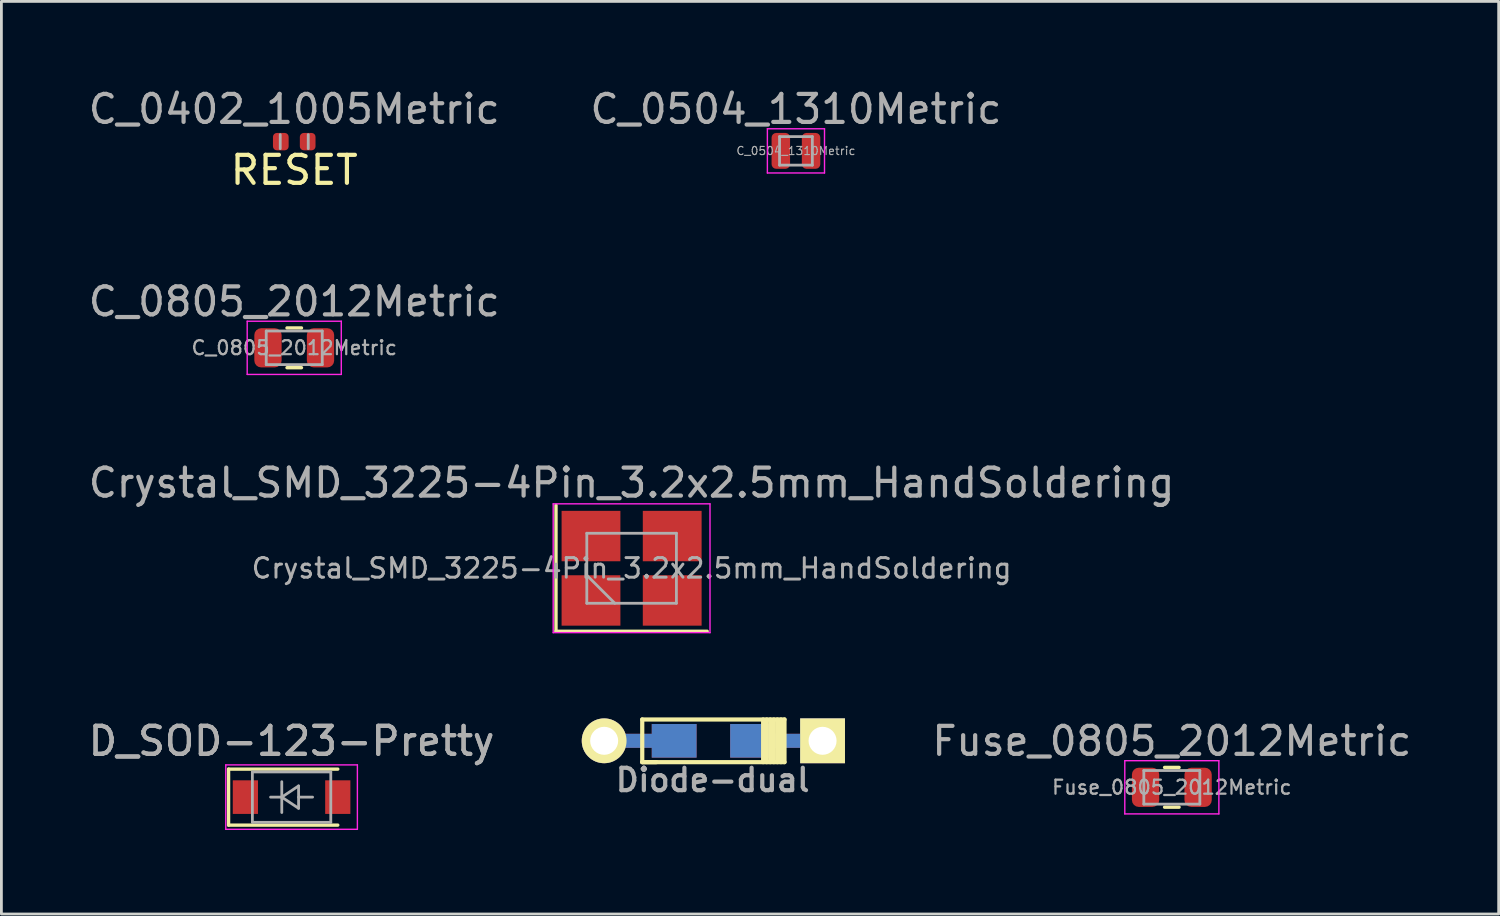
<source format=kicad_pcb>
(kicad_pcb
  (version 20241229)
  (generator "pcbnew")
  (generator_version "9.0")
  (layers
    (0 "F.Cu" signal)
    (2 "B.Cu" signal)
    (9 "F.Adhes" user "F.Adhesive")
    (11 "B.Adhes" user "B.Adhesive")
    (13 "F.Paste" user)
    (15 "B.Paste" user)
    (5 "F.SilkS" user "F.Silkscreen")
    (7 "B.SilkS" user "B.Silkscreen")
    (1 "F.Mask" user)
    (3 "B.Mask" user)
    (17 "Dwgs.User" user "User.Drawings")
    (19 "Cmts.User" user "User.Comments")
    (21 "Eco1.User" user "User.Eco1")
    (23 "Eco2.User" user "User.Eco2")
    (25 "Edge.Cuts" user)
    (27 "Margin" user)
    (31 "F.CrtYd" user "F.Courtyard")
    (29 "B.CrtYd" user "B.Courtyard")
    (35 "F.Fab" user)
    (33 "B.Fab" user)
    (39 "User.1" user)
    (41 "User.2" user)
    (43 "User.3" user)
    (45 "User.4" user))
  (footprint "Crystal_SMD_3225-4Pin_3.2x2.5mm_HandSoldering"
    (layer "F.Cu")
    (at 19.506 17.244)
    (property "Reference" "Crystal_SMD_3225-4Pin_3.2x2.5mm_HandSoldering" (at 0 -3.05 0) (layer "F.Fab") (effects (font (size 1 1) (thickness 0.15))))
    (attr smd)
    (fp_line (start -2.7 -2.25) (end -2.7 2.25) (stroke (width 0.12) (type solid)) (layer "F.SilkS"))
    (fp_line (start -2.7 2.25) (end 2.7 2.25) (stroke (width 0.12) (type solid)) (layer "F.SilkS"))
    (fp_line (start -2.8 -2.3) (end -2.8 2.3) (stroke (width 0.05) (type solid)) (layer "F.CrtYd"))
    (fp_line (start -2.8 2.3) (end 2.8 2.3) (stroke (width 0.05) (type solid)) (layer "F.CrtYd"))
    (fp_line (start 2.8 -2.3) (end -2.8 -2.3) (stroke (width 0.05) (type solid)) (layer "F.CrtYd"))
    (fp_line (start 2.8 2.3) (end 2.8 -2.3) (stroke (width 0.05) (type solid)) (layer "F.CrtYd"))
    (fp_line (start -1.6 -1.25) (end -1.6 1.25) (stroke (width 0.1) (type solid)) (layer "F.Fab"))
    (fp_line (start -1.6 0.25) (end -0.6 1.25) (stroke (width 0.1) (type solid)) (layer "F.Fab"))
    (fp_line (start -1.6 1.25) (end 1.6 1.25) (stroke (width 0.1) (type solid)) (layer "F.Fab"))
    (fp_line (start 1.6 -1.25) (end -1.6 -1.25) (stroke (width 0.1) (type solid)) (layer "F.Fab"))
    (fp_line (start 1.6 1.25) (end 1.6 -1.25) (stroke (width 0.1) (type solid)) (layer "F.Fab"))
    (fp_text user "${REFERENCE}" (at 0 0 0) (layer "F.Fab") (effects (font (size 0.7 0.7) (thickness 0.105))))
    (pad "1" smd rect (at -1.45 1.15) (size 2.1 1.8) (layers "F.Cu" "F.Mask" "F.Paste"))
    (pad "2" smd rect (at 1.45 1.15) (size 2.1 1.8) (layers "F.Cu" "F.Mask" "F.Paste"))
    (pad "3" smd rect (at 1.45 -1.15) (size 2.1 1.8) (layers "F.Cu" "F.Mask" "F.Paste"))
    (pad "4" smd rect (at -1.45 -1.15) (size 2.1 1.8) (layers "F.Cu" "F.Mask" "F.Paste")))
  (footprint "Diode-dual"
    (layer "F.Cu")
    (at 22.426 23.406)
    (property "Reference" "Diode-dual" (at -0.025 1.4 0) (layer "F.Fab") (effects (font (size 0.8 0.8) (thickness 0.15))))
    (attr smd)
    (fp_line (start -2.54 -0.762) (end -2.54 0.762) (stroke (width 0.15) (type solid)) (layer "F.SilkS"))
    (fp_line (start -2.54 0.762) (end -2.032 0.762) (stroke (width 0.15) (type solid)) (layer "F.SilkS"))
    (fp_line (start -2.54 0.762) (end 2.54 0.762) (stroke (width 0.15) (type solid)) (layer "F.SilkS"))
    (fp_line (start 1.778 0.762) (end 1.778 -0.762) (stroke (width 0.15) (type solid)) (layer "F.SilkS"))
    (fp_line (start 1.905 0.762) (end 1.905 -0.762) (stroke (width 0.15) (type solid)) (layer "F.SilkS"))
    (fp_line (start 2.032 -0.762) (end 2.032 0.762) (stroke (width 0.15) (type solid)) (layer "F.SilkS"))
    (fp_line (start 2.159 0.762) (end 2.159 -0.762) (stroke (width 0.15) (type solid)) (layer "F.SilkS"))
    (fp_line (start 2.286 -0.762) (end 2.286 0.762) (stroke (width 0.15) (type solid)) (layer "F.SilkS"))
    (fp_line (start 2.413 0.762) (end 2.413 -0.762) (stroke (width 0.15) (type solid)) (layer "F.SilkS"))
    (fp_line (start 2.54 -0.762) (end -2.54 -0.762) (stroke (width 0.15) (type solid)) (layer "F.SilkS"))
    (fp_line (start 2.54 0.762) (end 2.54 -0.762) (stroke (width 0.15) (type solid)) (layer "F.SilkS"))
    (pad "1" smd rect (at 1.4 0) (size 1.6 1.2) (layers "F.Cu" "F.Mask" "F.Paste"))
    (pad "1" smd rect (at 1.4 0) (size 1.6 1.2) (layers "B.Cu" "B.Mask" "B.Paste"))
    (pad "1" smd rect (at 2.5 0) (size 2.9 0.5) (layers "F.Cu"))
    (pad "1" smd rect (at 2.5 0) (size 2.9 0.5) (layers "B.Cu"))
    (pad "1" thru_hole rect (at 3.9 0) (size 1.6 1.6) (drill 1) (layers "*.Cu" "*.Mask" "F.SilkS"))
    (pad "2" thru_hole circle (at -3.9 0) (size 1.6 1.6) (drill 1) (layers "*.Cu" "*.Mask" "F.SilkS"))
    (pad "2" smd rect (at -2.5 0) (size 2.9 0.5) (layers "F.Cu"))
    (pad "2" smd rect (at -2.5 0) (size 2.9 0.5) (layers "B.Cu"))
    (pad "2" smd rect (at -1.4 0) (size 1.6 1.2) (layers "F.Cu" "F.Mask" "F.Paste"))
    (pad "2" smd rect (at -1.4 0) (size 1.6 1.2) (layers "B.Cu" "B.Mask" "B.Paste")))
  (footprint "D_SOD-123-Pretty"
    (layer "F.Cu")
    (at 7.363 25.417)
    (property "Reference" "D_SOD-123-Pretty" (at 0 -2 0) (layer "F.Fab") (effects (font (size 1 1) (thickness 0.15))))
    (attr smd)
    (fp_line (start -2.25 -1) (end -2.25 1) (stroke (width 0.12) (type solid)) (layer "F.SilkS"))
    (fp_line (start -2.25 -1) (end 1.65 -1) (stroke (width 0.12) (type solid)) (layer "F.SilkS"))
    (fp_line (start -2.25 1) (end 1.65 1) (stroke (width 0.12) (type solid)) (layer "F.SilkS"))
    (fp_line (start -2.35 -1.15) (end -2.35 1.15) (stroke (width 0.05) (type solid)) (layer "F.CrtYd"))
    (fp_line (start -2.35 -1.15) (end 2.35 -1.15) (stroke (width 0.05) (type solid)) (layer "F.CrtYd"))
    (fp_line (start 2.35 -1.15) (end 2.35 1.15) (stroke (width 0.05) (type solid)) (layer "F.CrtYd"))
    (fp_line (start 2.35 1.15) (end -2.35 1.15) (stroke (width 0.05) (type solid)) (layer "F.CrtYd"))
    (fp_line (start -1.4 -0.9) (end 1.4 -0.9) (stroke (width 0.1) (type solid)) (layer "F.Fab"))
    (fp_line (start -1.4 0.9) (end -1.4 -0.9) (stroke (width 0.1) (type solid)) (layer "F.Fab"))
    (fp_line (start -0.75 0) (end -0.35 0) (stroke (width 0.1) (type solid)) (layer "F.Fab"))
    (fp_line (start -0.35 0) (end -0.35 -0.55) (stroke (width 0.1) (type solid)) (layer "F.Fab"))
    (fp_line (start -0.35 0) (end -0.35 0.55) (stroke (width 0.1) (type solid)) (layer "F.Fab"))
    (fp_line (start -0.35 0) (end 0.25 -0.4) (stroke (width 0.1) (type solid)) (layer "F.Fab"))
    (fp_line (start 0.25 -0.4) (end 0.25 0.4) (stroke (width 0.1) (type solid)) (layer "F.Fab"))
    (fp_line (start 0.25 0) (end 0.75 0) (stroke (width 0.1) (type solid)) (layer "F.Fab"))
    (fp_line (start 0.25 0.4) (end -0.35 0) (stroke (width 0.1) (type solid)) (layer "F.Fab"))
    (fp_line (start 1.4 -0.9) (end 1.4 0.9) (stroke (width 0.1) (type solid)) (layer "F.Fab"))
    (fp_line (start 1.4 0.9) (end -1.4 0.9) (stroke (width 0.1) (type solid)) (layer "F.Fab"))
    (fp_text user "${REFERENCE}" (at 0 -2 0) (layer "F.Fab") (effects (font (size 1 1) (thickness 0.15))))
    (pad "1" smd rect (at -1.65 0) (size 0.9 1.2) (layers "F.Cu" "F.Mask" "F.Paste"))
    (pad "2" smd rect (at 1.65 0) (size 0.9 1.2) (layers "F.Cu" "F.Mask" "F.Paste")))
  (footprint "C_0805_2012Metric"
    (layer "F.Cu")
    (at 7.458 9.371)
    (property "Reference" "C_0805_2012Metric" (at 0 -1.65 0) (layer "F.Fab") (effects (font (size 1 1) (thickness 0.15))))
    (attr smd)
    (fp_line (start -0.259 -0.71) (end 0.259 -0.71) (stroke (width 0.12) (type solid)) (layer "F.SilkS"))
    (fp_line (start -0.259 0.71) (end 0.259 0.71) (stroke (width 0.12) (type solid)) (layer "F.SilkS"))
    (fp_line (start -1.68 -0.95) (end 1.68 -0.95) (stroke (width 0.05) (type solid)) (layer "F.CrtYd"))
    (fp_line (start -1.68 0.95) (end -1.68 -0.95) (stroke (width 0.05) (type solid)) (layer "F.CrtYd"))
    (fp_line (start 1.68 -0.95) (end 1.68 0.95) (stroke (width 0.05) (type solid)) (layer "F.CrtYd"))
    (fp_line (start 1.68 0.95) (end -1.68 0.95) (stroke (width 0.05) (type solid)) (layer "F.CrtYd"))
    (fp_line (start -1 -0.6) (end 1 -0.6) (stroke (width 0.1) (type solid)) (layer "F.Fab"))
    (fp_line (start -1 0.6) (end -1 -0.6) (stroke (width 0.1) (type solid)) (layer "F.Fab"))
    (fp_line (start 1 -0.6) (end 1 0.6) (stroke (width 0.1) (type solid)) (layer "F.Fab"))
    (fp_line (start 1 0.6) (end -1 0.6) (stroke (width 0.1) (type solid)) (layer "F.Fab"))
    (fp_text user "${REFERENCE}" (at 0 0 0) (layer "F.Fab") (effects (font (size 0.5 0.5) (thickness 0.08))))
    (pad "1" smd roundrect (at -0.938 0) (size 0.975 1.4) (layers "F.Cu" "F.Mask" "F.Paste") (roundrect_rratio 0.25))
    (pad "2" smd roundrect (at 0.938 0) (size 0.975 1.4) (layers "F.Cu" "F.Mask" "F.Paste") (roundrect_rratio 0.25)))
  (footprint "Fuse_0805_2012Metric"
    (layer "F.Cu")
    (at 38.799 25.067)
    (property "Reference" "Fuse_0805_2012Metric" (at 0 -1.65 0) (layer "F.Fab") (effects (font (size 1 1) (thickness 0.15))))
    (attr smd)
    (fp_line (start -0.259 -0.71) (end 0.259 -0.71) (stroke (width 0.12) (type solid)) (layer "F.SilkS"))
    (fp_line (start -0.259 0.71) (end 0.259 0.71) (stroke (width 0.12) (type solid)) (layer "F.SilkS"))
    (fp_line (start -1.68 -0.95) (end 1.68 -0.95) (stroke (width 0.05) (type solid)) (layer "F.CrtYd"))
    (fp_line (start -1.68 0.95) (end -1.68 -0.95) (stroke (width 0.05) (type solid)) (layer "F.CrtYd"))
    (fp_line (start 1.68 -0.95) (end 1.68 0.95) (stroke (width 0.05) (type solid)) (layer "F.CrtYd"))
    (fp_line (start 1.68 0.95) (end -1.68 0.95) (stroke (width 0.05) (type solid)) (layer "F.CrtYd"))
    (fp_line (start -1 -0.6) (end 1 -0.6) (stroke (width 0.1) (type solid)) (layer "F.Fab"))
    (fp_line (start -1 0.6) (end -1 -0.6) (stroke (width 0.1) (type solid)) (layer "F.Fab"))
    (fp_line (start 1 -0.6) (end 1 0.6) (stroke (width 0.1) (type solid)) (layer "F.Fab"))
    (fp_line (start 1 0.6) (end -1 0.6) (stroke (width 0.1) (type solid)) (layer "F.Fab"))
    (fp_text user "${REFERENCE}" (at 0 0 0) (layer "F.Fab") (effects (font (size 0.5 0.5) (thickness 0.08))))
    (pad "1" smd roundrect (at -0.938 0) (size 0.975 1.4) (layers "F.Cu" "F.Mask" "F.Paste") (roundrect_rratio 0.25))
    (pad "2" smd roundrect (at 0.938 0) (size 0.975 1.4) (layers "F.Cu" "F.Mask" "F.Paste") (roundrect_rratio 0.25)))
  (footprint "C_0504_1310Metric"
    (layer "F.Cu")
    (at 25.375 2.338)
    (property "Reference" "C_0504_1310Metric" (at 0 -1.49 180) (layer "F.Fab") (effects (font (size 1 1) (thickness 0.15))))
    (attr smd)
    (fp_line (start -1.02 -0.79) (end 1.02 -0.79) (stroke (width 0.05) (type solid)) (layer "F.CrtYd"))
    (fp_line (start -1.02 0.79) (end -1.02 -0.79) (stroke (width 0.05) (type solid)) (layer "F.CrtYd"))
    (fp_line (start 1.02 -0.79) (end 1.02 0.79) (stroke (width 0.05) (type solid)) (layer "F.CrtYd"))
    (fp_line (start 1.02 0.79) (end -1.02 0.79) (stroke (width 0.05) (type solid)) (layer "F.CrtYd"))
    (fp_line (start -0.585 -0.51) (end 0.585 -0.51) (stroke (width 0.1) (type solid)) (layer "F.Fab"))
    (fp_line (start -0.585 0.51) (end -0.585 -0.51) (stroke (width 0.1) (type solid)) (layer "F.Fab"))
    (fp_line (start 0.585 -0.51) (end 0.585 0.51) (stroke (width 0.1) (type solid)) (layer "F.Fab"))
    (fp_line (start 0.585 0.51) (end -0.585 0.51) (stroke (width 0.1) (type solid)) (layer "F.Fab"))
    (fp_text user "${REFERENCE}" (at 0 0 180) (layer "F.Fab") (effects (font (size 0.29 0.29) (thickness 0.04))))
    (pad "1" smd roundrect (at -0.54 0) (size 0.66 1.28) (layers "F.Cu" "F.Mask" "F.Paste") (roundrect_rratio 0.25))
    (pad "2" smd roundrect (at 0.54 0) (size 0.66 1.28) (layers "F.Cu" "F.Mask" "F.Paste") (roundrect_rratio 0.25)))
  (footprint "C_0402_1005Metric"
    (layer "F.Cu")
    (at 7.458 2.008)
    (property "Reference" "C_0402_1005Metric" (at 0 -1.16 0) (layer "F.Fab") (effects (font (size 1 1) (thickness 0.15))))
    (attr smd)
    (fp_line (start -0.5 0.25) (end -0.5 -0.25) (stroke (width 0.1) (type solid)) (layer "F.Fab"))
    (fp_line (start 0.5 -0.25) (end 0.5 0.25) (stroke (width 0.1) (type solid)) (layer "F.Fab"))
    (fp_text user "RESET" (at 0 1.016 0) (layer "F.SilkS") (effects (font (size 1 1) (thickness 0.15))))
    (pad "1" smd roundrect (at -0.48 0) (size 0.56 0.62) (layers "F.Cu" "F.Mask" "F.Paste") (roundrect_rratio 0.25))
    (pad "2" smd roundrect (at 0.48 0) (size 0.56 0.62) (layers "F.Cu" "F.Mask" "F.Paste") (roundrect_rratio 0.25)))
  (gr_rect
    (start -3 -3)
    (end 50.471 29.592)
    (stroke (width 0.1) (type default))
    (fill no)
    (layer "Edge.Cuts")))
</source>
